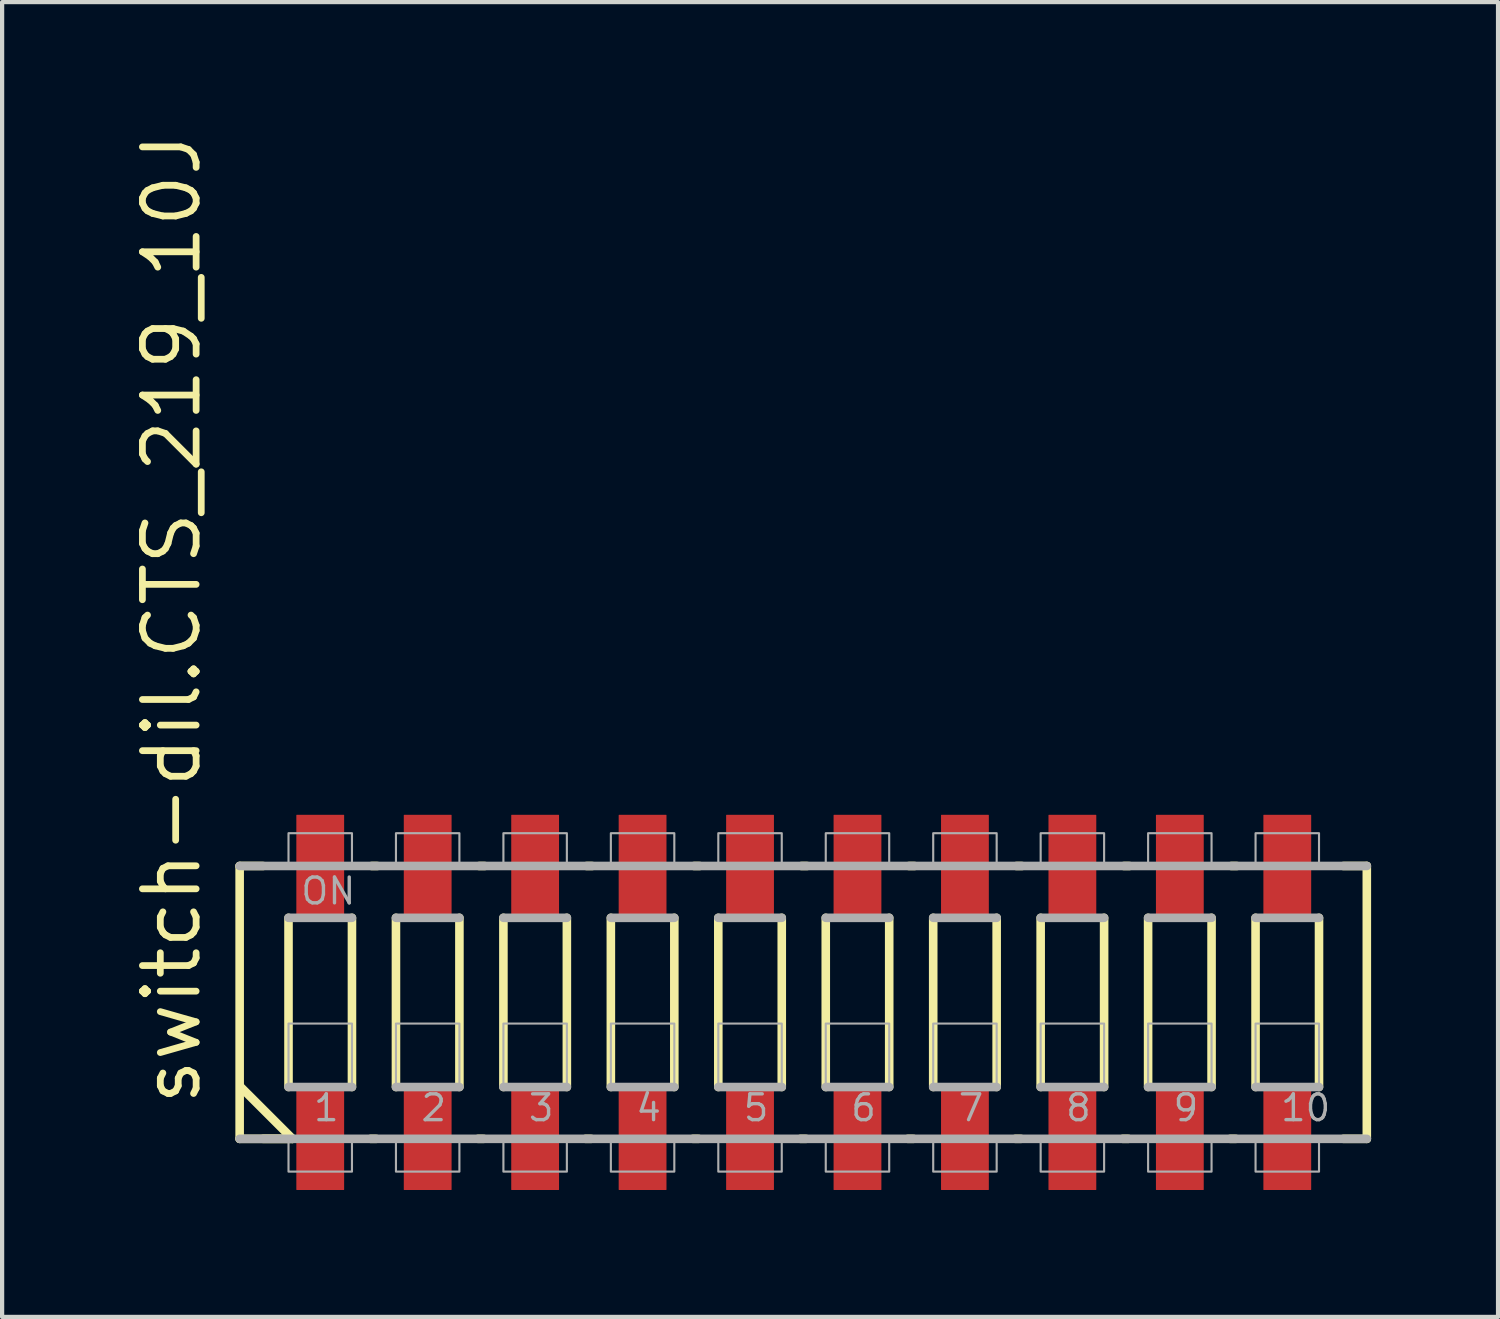
<source format=kicad_pcb>
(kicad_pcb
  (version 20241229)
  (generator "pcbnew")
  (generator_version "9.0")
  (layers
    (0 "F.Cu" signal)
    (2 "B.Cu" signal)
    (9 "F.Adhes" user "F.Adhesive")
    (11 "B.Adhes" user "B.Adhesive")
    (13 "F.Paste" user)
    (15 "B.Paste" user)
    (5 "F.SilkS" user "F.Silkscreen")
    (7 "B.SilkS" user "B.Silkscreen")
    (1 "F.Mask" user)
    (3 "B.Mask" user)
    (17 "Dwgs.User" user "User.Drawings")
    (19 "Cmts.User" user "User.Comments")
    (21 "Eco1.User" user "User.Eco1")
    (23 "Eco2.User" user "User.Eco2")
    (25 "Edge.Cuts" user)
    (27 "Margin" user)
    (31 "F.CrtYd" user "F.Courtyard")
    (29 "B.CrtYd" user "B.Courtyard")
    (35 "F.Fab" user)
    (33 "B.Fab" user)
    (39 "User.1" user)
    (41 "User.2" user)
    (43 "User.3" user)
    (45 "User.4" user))
  (footprint "switch-dil.CTS_219_10J"
    (layer "F.Cu")
    (at 15.95 20.646)
    (property "Reference" "switch-dil.CTS_219_10J" (at -14.2 2.5 90) (layer "F.SilkS") (effects (font (size 1.27 1.27) (thickness 0.16)) (justify left bottom)))
    (attr smd)
    (fp_line (start -13.335 -3.225) (end -12.78 -3.225) (stroke (width 0.203) (type default)) (layer "F.SilkS"))
    (fp_line (start -13.335 3.225) (end -13.335 -3.225) (stroke (width 0.203) (type default)) (layer "F.SilkS"))
    (fp_line (start -13.31 2) (end -12.085 3.225) (stroke (width 0.203) (type default)) (layer "F.SilkS"))
    (fp_line (start -12.78 3.225) (end -12.085 3.225) (stroke (width 0.203) (type default)) (layer "F.SilkS"))
    (fp_line (start -12.18 2) (end -12.18 -2) (stroke (width 0.203) (type default)) (layer "F.SilkS"))
    (fp_line (start -12.085 3.225) (end -13.335 3.225) (stroke (width 0.203) (type default)) (layer "F.SilkS"))
    (fp_line (start -10.68 -2) (end -10.68 2) (stroke (width 0.203) (type default)) (layer "F.SilkS"))
    (fp_line (start -10.24 3.225) (end -10.105 3.225) (stroke (width 0.203) (type default)) (layer "F.SilkS"))
    (fp_line (start -10.08 -3.225) (end -10.215 -3.225) (stroke (width 0.203) (type default)) (layer "F.SilkS"))
    (fp_line (start -9.64 2) (end -9.64 -2) (stroke (width 0.203) (type default)) (layer "F.SilkS"))
    (fp_line (start -8.14 -2) (end -8.14 2) (stroke (width 0.203) (type default)) (layer "F.SilkS"))
    (fp_line (start -7.7 3.225) (end -7.565 3.225) (stroke (width 0.203) (type default)) (layer "F.SilkS"))
    (fp_line (start -7.54 -3.225) (end -7.675 -3.225) (stroke (width 0.203) (type default)) (layer "F.SilkS"))
    (fp_line (start -7.1 2) (end -7.1 -2) (stroke (width 0.203) (type default)) (layer "F.SilkS"))
    (fp_line (start -5.6 -2) (end -5.6 2) (stroke (width 0.203) (type default)) (layer "F.SilkS"))
    (fp_line (start -5.16 3.225) (end -5.025 3.225) (stroke (width 0.203) (type default)) (layer "F.SilkS"))
    (fp_line (start -5 -3.225) (end -5.135 -3.225) (stroke (width 0.203) (type default)) (layer "F.SilkS"))
    (fp_line (start -4.56 2) (end -4.56 -2) (stroke (width 0.203) (type default)) (layer "F.SilkS"))
    (fp_line (start -3.06 -2) (end -3.06 2) (stroke (width 0.203) (type default)) (layer "F.SilkS"))
    (fp_line (start -2.62 3.225) (end -2.485 3.225) (stroke (width 0.203) (type default)) (layer "F.SilkS"))
    (fp_line (start -2.46 -3.225) (end -2.595 -3.225) (stroke (width 0.203) (type default)) (layer "F.SilkS"))
    (fp_line (start -2.02 2) (end -2.02 -2) (stroke (width 0.203) (type default)) (layer "F.SilkS"))
    (fp_line (start -0.52 -2) (end -0.52 2) (stroke (width 0.203) (type default)) (layer "F.SilkS"))
    (fp_line (start -0.08 3.225) (end 0.055 3.225) (stroke (width 0.203) (type default)) (layer "F.SilkS"))
    (fp_line (start 0.08 -3.225) (end -0.055 -3.225) (stroke (width 0.203) (type default)) (layer "F.SilkS"))
    (fp_line (start 0.52 2) (end 0.52 -2) (stroke (width 0.203) (type default)) (layer "F.SilkS"))
    (fp_line (start 2.02 -2) (end 2.02 2) (stroke (width 0.203) (type default)) (layer "F.SilkS"))
    (fp_line (start 2.46 3.225) (end 2.595 3.225) (stroke (width 0.203) (type default)) (layer "F.SilkS"))
    (fp_line (start 2.62 -3.225) (end 2.485 -3.225) (stroke (width 0.203) (type default)) (layer "F.SilkS"))
    (fp_line (start 3.06 2) (end 3.06 -2) (stroke (width 0.203) (type default)) (layer "F.SilkS"))
    (fp_line (start 4.56 -2) (end 4.56 2) (stroke (width 0.203) (type default)) (layer "F.SilkS"))
    (fp_line (start 5 3.225) (end 5.135 3.225) (stroke (width 0.203) (type default)) (layer "F.SilkS"))
    (fp_line (start 5.16 -3.225) (end 5.025 -3.225) (stroke (width 0.203) (type default)) (layer "F.SilkS"))
    (fp_line (start 5.6 2) (end 5.6 -2) (stroke (width 0.203) (type default)) (layer "F.SilkS"))
    (fp_line (start 7.1 -2) (end 7.1 2) (stroke (width 0.203) (type default)) (layer "F.SilkS"))
    (fp_line (start 7.54 3.225) (end 7.675 3.225) (stroke (width 0.203) (type default)) (layer "F.SilkS"))
    (fp_line (start 7.7 -3.225) (end 7.565 -3.225) (stroke (width 0.203) (type default)) (layer "F.SilkS"))
    (fp_line (start 8.14 2) (end 8.14 -2) (stroke (width 0.203) (type default)) (layer "F.SilkS"))
    (fp_line (start 9.64 -2) (end 9.64 2) (stroke (width 0.203) (type default)) (layer "F.SilkS"))
    (fp_line (start 10.08 3.225) (end 10.215 3.225) (stroke (width 0.203) (type default)) (layer "F.SilkS"))
    (fp_line (start 10.24 -3.225) (end 10.105 -3.225) (stroke (width 0.203) (type default)) (layer "F.SilkS"))
    (fp_line (start 10.68 2) (end 10.68 -2) (stroke (width 0.203) (type default)) (layer "F.SilkS"))
    (fp_line (start 12.18 -2) (end 12.18 2) (stroke (width 0.203) (type default)) (layer "F.SilkS"))
    (fp_line (start 12.755 -3.225) (end 13.31 -3.225) (stroke (width 0.203) (type default)) (layer "F.SilkS"))
    (fp_line (start 13.31 -3.225) (end 13.31 3.225) (stroke (width 0.203) (type default)) (layer "F.SilkS"))
    (fp_line (start 13.31 3.225) (end 12.755 3.225) (stroke (width 0.203) (type default)) (layer "F.SilkS"))
    (fp_line (start -13.335 -3.225) (end 13.31 -3.225) (stroke (width 0.203) (type default)) (layer "F.Fab"))
    (fp_line (start -12.18 -2) (end -10.68 -2) (stroke (width 0.203) (type default)) (layer "F.Fab"))
    (fp_line (start -10.68 2) (end -12.18 2) (stroke (width 0.203) (type default)) (layer "F.Fab"))
    (fp_line (start -9.64 -2) (end -8.14 -2) (stroke (width 0.203) (type default)) (layer "F.Fab"))
    (fp_line (start -8.14 2) (end -9.64 2) (stroke (width 0.203) (type default)) (layer "F.Fab"))
    (fp_line (start -7.1 -2) (end -5.6 -2) (stroke (width 0.203) (type default)) (layer "F.Fab"))
    (fp_line (start -5.6 2) (end -7.1 2) (stroke (width 0.203) (type default)) (layer "F.Fab"))
    (fp_line (start -4.56 -2) (end -3.06 -2) (stroke (width 0.203) (type default)) (layer "F.Fab"))
    (fp_line (start -3.06 2) (end -4.56 2) (stroke (width 0.203) (type default)) (layer "F.Fab"))
    (fp_line (start -2.02 -2) (end -0.52 -2) (stroke (width 0.203) (type default)) (layer "F.Fab"))
    (fp_line (start -0.52 2) (end -2.02 2) (stroke (width 0.203) (type default)) (layer "F.Fab"))
    (fp_line (start 0.52 -2) (end 2.02 -2) (stroke (width 0.203) (type default)) (layer "F.Fab"))
    (fp_line (start 2.02 2) (end 0.52 2) (stroke (width 0.203) (type default)) (layer "F.Fab"))
    (fp_line (start 3.06 -2) (end 4.56 -2) (stroke (width 0.203) (type default)) (layer "F.Fab"))
    (fp_line (start 4.56 2) (end 3.06 2) (stroke (width 0.203) (type default)) (layer "F.Fab"))
    (fp_line (start 5.6 -2) (end 7.1 -2) (stroke (width 0.203) (type default)) (layer "F.Fab"))
    (fp_line (start 7.1 2) (end 5.6 2) (stroke (width 0.203) (type default)) (layer "F.Fab"))
    (fp_line (start 8.14 -2) (end 9.64 -2) (stroke (width 0.203) (type default)) (layer "F.Fab"))
    (fp_line (start 9.64 2) (end 8.14 2) (stroke (width 0.203) (type default)) (layer "F.Fab"))
    (fp_line (start 10.68 -2) (end 12.18 -2) (stroke (width 0.203) (type default)) (layer "F.Fab"))
    (fp_line (start 12.18 2) (end 10.68 2) (stroke (width 0.203) (type default)) (layer "F.Fab"))
    (fp_line (start 13.31 3.225) (end -13.335 3.225) (stroke (width 0.203) (type default)) (layer "F.Fab"))
    (fp_rect (start -12.18 -3.25) (end -10.68 -4) (stroke (width 0.05) (type default)) (fill no) (layer "F.Fab"))
    (fp_rect (start -12.18 2) (end -10.68 0.5) (stroke (width 0.05) (type default)) (fill no) (layer "F.Fab"))
    (fp_rect (start -12.18 4) (end -10.68 3.25) (stroke (width 0.05) (type default)) (fill no) (layer "F.Fab"))
    (fp_rect (start -9.64 -3.25) (end -8.14 -4) (stroke (width 0.05) (type default)) (fill no) (layer "F.Fab"))
    (fp_rect (start -9.64 2) (end -8.14 0.5) (stroke (width 0.05) (type default)) (fill no) (layer "F.Fab"))
    (fp_rect (start -9.64 4) (end -8.14 3.25) (stroke (width 0.05) (type default)) (fill no) (layer "F.Fab"))
    (fp_rect (start -7.1 -3.25) (end -5.6 -4) (stroke (width 0.05) (type default)) (fill no) (layer "F.Fab"))
    (fp_rect (start -7.1 2) (end -5.6 0.5) (stroke (width 0.05) (type default)) (fill no) (layer "F.Fab"))
    (fp_rect (start -7.1 4) (end -5.6 3.25) (stroke (width 0.05) (type default)) (fill no) (layer "F.Fab"))
    (fp_rect (start -4.56 -3.25) (end -3.06 -4) (stroke (width 0.05) (type default)) (fill no) (layer "F.Fab"))
    (fp_rect (start -4.56 2) (end -3.06 0.5) (stroke (width 0.05) (type default)) (fill no) (layer "F.Fab"))
    (fp_rect (start -4.56 4) (end -3.06 3.25) (stroke (width 0.05) (type default)) (fill no) (layer "F.Fab"))
    (fp_rect (start -2.02 -3.25) (end -0.52 -4) (stroke (width 0.05) (type default)) (fill no) (layer "F.Fab"))
    (fp_rect (start -2.02 2) (end -0.52 0.5) (stroke (width 0.05) (type default)) (fill no) (layer "F.Fab"))
    (fp_rect (start -2.02 4) (end -0.52 3.25) (stroke (width 0.05) (type default)) (fill no) (layer "F.Fab"))
    (fp_rect (start 0.52 -3.25) (end 2.02 -4) (stroke (width 0.05) (type default)) (fill no) (layer "F.Fab"))
    (fp_rect (start 0.52 2) (end 2.02 0.5) (stroke (width 0.05) (type default)) (fill no) (layer "F.Fab"))
    (fp_rect (start 0.52 4) (end 2.02 3.25) (stroke (width 0.05) (type default)) (fill no) (layer "F.Fab"))
    (fp_rect (start 3.06 -3.25) (end 4.56 -4) (stroke (width 0.05) (type default)) (fill no) (layer "F.Fab"))
    (fp_rect (start 3.06 2) (end 4.56 0.5) (stroke (width 0.05) (type default)) (fill no) (layer "F.Fab"))
    (fp_rect (start 3.06 4) (end 4.56 3.25) (stroke (width 0.05) (type default)) (fill no) (layer "F.Fab"))
    (fp_rect (start 5.6 -3.25) (end 7.1 -4) (stroke (width 0.05) (type default)) (fill no) (layer "F.Fab"))
    (fp_rect (start 5.6 2) (end 7.1 0.5) (stroke (width 0.05) (type default)) (fill no) (layer "F.Fab"))
    (fp_rect (start 5.6 4) (end 7.1 3.25) (stroke (width 0.05) (type default)) (fill no) (layer "F.Fab"))
    (fp_rect (start 8.14 -3.25) (end 9.64 -4) (stroke (width 0.05) (type default)) (fill no) (layer "F.Fab"))
    (fp_rect (start 8.14 2) (end 9.64 0.5) (stroke (width 0.05) (type default)) (fill no) (layer "F.Fab"))
    (fp_rect (start 8.14 4) (end 9.64 3.25) (stroke (width 0.05) (type default)) (fill no) (layer "F.Fab"))
    (fp_rect (start 10.68 -3.25) (end 12.18 -4) (stroke (width 0.05) (type default)) (fill no) (layer "F.Fab"))
    (fp_rect (start 10.68 2) (end 12.18 0.5) (stroke (width 0.05) (type default)) (fill no) (layer "F.Fab"))
    (fp_rect (start 10.68 4) (end 12.18 3.25) (stroke (width 0.05) (type default)) (fill no) (layer "F.Fab"))
    (fp_text user "ON" (at -11.93 -2.275 0) (layer "F.Fab") (effects (font (size 0.61 0.61) (thickness 0.08)) (justify left bottom)))
    (fp_text user "1" (at -11.63 2.85 0) (layer "F.Fab") (effects (font (size 0.61 0.61) (thickness 0.08)) (justify left bottom)))
    (fp_text user "5" (at -1.47 2.85 0) (layer "F.Fab") (effects (font (size 0.61 0.61) (thickness 0.08)) (justify left bottom)))
    (fp_text user "6" (at 1.07 2.85 0) (layer "F.Fab") (effects (font (size 0.61 0.61) (thickness 0.08)) (justify left bottom)))
    (fp_text user "4" (at -4.01 2.85 0) (layer "F.Fab") (effects (font (size 0.61 0.61) (thickness 0.08)) (justify left bottom)))
    (fp_text user "2" (at -9.09 2.85 0) (layer "F.Fab") (effects (font (size 0.61 0.61) (thickness 0.08)) (justify left bottom)))
    (fp_text user "8" (at 6.15 2.85 0) (layer "F.Fab") (effects (font (size 0.61 0.61) (thickness 0.08)) (justify left bottom)))
    (fp_text user "7" (at 3.61 2.85 0) (layer "F.Fab") (effects (font (size 0.61 0.61) (thickness 0.08)) (justify left bottom)))
    (fp_text user "3" (at -6.55 2.85 0) (layer "F.Fab") (effects (font (size 0.61 0.61) (thickness 0.08)) (justify left bottom)))
    (fp_text user "10" (at 11.23 2.85 0) (layer "F.Fab") (effects (font (size 0.61 0.61) (thickness 0.08)) (justify left bottom)))
    (fp_text user "9" (at 8.69 2.85 0) (layer "F.Fab") (effects (font (size 0.61 0.61) (thickness 0.08)) (justify left bottom)))
    (pad "1" smd roundrect (at -11.43 3.215) (size 1.13 2.44) (layers "F.Cu" "F.Mask" "F.Paste") (roundrect_rratio 0.01))
    (pad "2" smd roundrect (at -8.89 3.215) (size 1.13 2.44) (layers "F.Cu" "F.Mask" "F.Paste") (roundrect_rratio 0.01))
    (pad "3" smd roundrect (at -6.35 3.215) (size 1.13 2.44) (layers "F.Cu" "F.Mask" "F.Paste") (roundrect_rratio 0.01))
    (pad "4" smd roundrect (at -3.81 3.215) (size 1.13 2.44) (layers "F.Cu" "F.Mask" "F.Paste") (roundrect_rratio 0.01))
    (pad "5" smd roundrect (at -1.27 3.215) (size 1.13 2.44) (layers "F.Cu" "F.Mask" "F.Paste") (roundrect_rratio 0.01))
    (pad "6" smd roundrect (at 1.27 3.215) (size 1.13 2.44) (layers "F.Cu" "F.Mask" "F.Paste") (roundrect_rratio 0.01))
    (pad "7" smd roundrect (at 3.81 3.215) (size 1.13 2.44) (layers "F.Cu" "F.Mask" "F.Paste") (roundrect_rratio 0.01))
    (pad "8" smd roundrect (at 6.35 3.215) (size 1.13 2.44) (layers "F.Cu" "F.Mask" "F.Paste") (roundrect_rratio 0.01))
    (pad "9" smd roundrect (at 8.89 3.215) (size 1.13 2.44) (layers "F.Cu" "F.Mask" "F.Paste") (roundrect_rratio 0.01))
    (pad "10" smd roundrect (at 11.43 3.215) (size 1.13 2.44) (layers "F.Cu" "F.Mask" "F.Paste") (roundrect_rratio 0.01))
    (pad "11" smd roundrect (at 11.43 -3.215 180) (size 1.13 2.44) (layers "F.Cu" "F.Mask" "F.Paste") (roundrect_rratio 0.01))
    (pad "12" smd roundrect (at 8.89 -3.215 180) (size 1.13 2.44) (layers "F.Cu" "F.Mask" "F.Paste") (roundrect_rratio 0.01))
    (pad "13" smd roundrect (at 6.35 -3.215 180) (size 1.13 2.44) (layers "F.Cu" "F.Mask" "F.Paste") (roundrect_rratio 0.01))
    (pad "14" smd roundrect (at 3.81 -3.215 180) (size 1.13 2.44) (layers "F.Cu" "F.Mask" "F.Paste") (roundrect_rratio 0.01))
    (pad "15" smd roundrect (at 1.27 -3.215 180) (size 1.13 2.44) (layers "F.Cu" "F.Mask" "F.Paste") (roundrect_rratio 0.01))
    (pad "16" smd roundrect (at -1.27 -3.215 180) (size 1.13 2.44) (layers "F.Cu" "F.Mask" "F.Paste") (roundrect_rratio 0.01))
    (pad "17" smd roundrect (at -3.81 -3.215 180) (size 1.13 2.44) (layers "F.Cu" "F.Mask" "F.Paste") (roundrect_rratio 0.01))
    (pad "18" smd roundrect (at -6.35 -3.215 180) (size 1.13 2.44) (layers "F.Cu" "F.Mask" "F.Paste") (roundrect_rratio 0.01))
    (pad "19" smd roundrect (at -8.89 -3.215 180) (size 1.13 2.44) (layers "F.Cu" "F.Mask" "F.Paste") (roundrect_rratio 0.01))
    (pad "20" smd roundrect (at -11.43 -3.215 180) (size 1.13 2.44) (layers "F.Cu" "F.Mask" "F.Paste") (roundrect_rratio 0.01)))
  (gr_rect
    (start -3 -3)
    (end 32.362 28.081)
    (stroke (width 0.1) (type default))
    (fill no)
    (layer "Edge.Cuts")))
</source>
